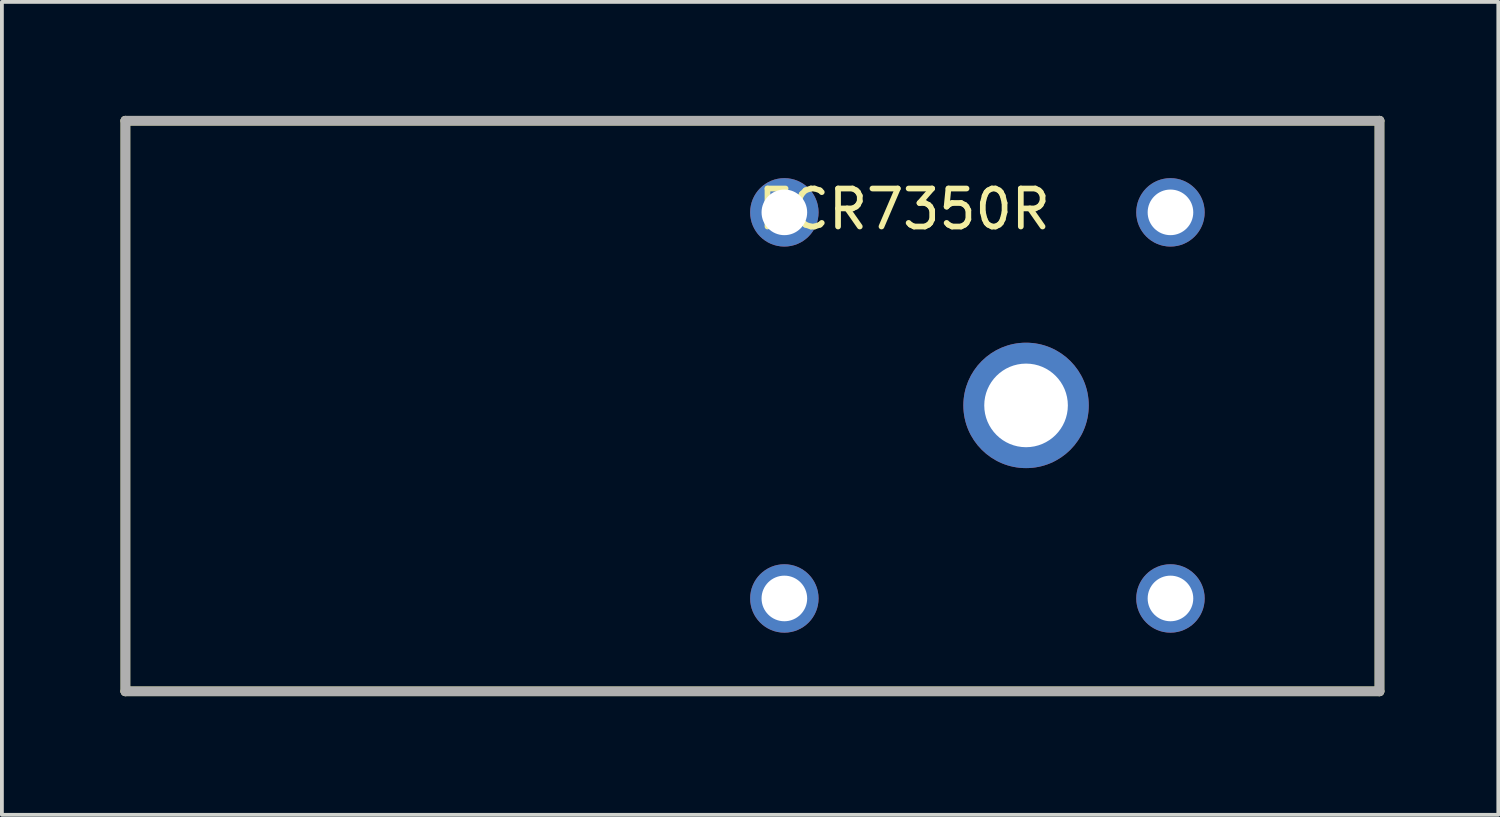
<source format=kicad_pcb>
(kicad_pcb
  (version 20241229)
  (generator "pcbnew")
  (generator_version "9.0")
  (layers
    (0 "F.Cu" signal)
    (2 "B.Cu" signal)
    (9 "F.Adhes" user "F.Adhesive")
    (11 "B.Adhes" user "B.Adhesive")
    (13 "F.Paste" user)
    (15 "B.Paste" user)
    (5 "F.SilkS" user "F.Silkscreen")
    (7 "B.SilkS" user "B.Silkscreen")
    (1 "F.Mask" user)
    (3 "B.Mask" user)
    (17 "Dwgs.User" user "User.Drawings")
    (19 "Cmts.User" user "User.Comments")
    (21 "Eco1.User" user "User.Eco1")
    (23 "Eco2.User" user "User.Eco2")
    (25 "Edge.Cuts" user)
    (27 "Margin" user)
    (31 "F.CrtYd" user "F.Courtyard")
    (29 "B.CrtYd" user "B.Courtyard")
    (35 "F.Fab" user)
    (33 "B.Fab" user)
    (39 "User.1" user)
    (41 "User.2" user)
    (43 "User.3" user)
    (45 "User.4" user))
  (footprint "FCR7350R"
    (layer "F.Cu")
    (at 0.25 15.142)
    (property "Reference" "FCR7350R" (at 20.491 -12.686 0) (layer "F.SilkS") (effects (font (size 1 1) (thickness 0.15))))
    (attr through_hole)
    (fp_line (start 0 -15.015) (end 33 -15.015) (stroke (width 0.254) (type solid)) (layer "F.SilkS"))
    (fp_line (start 0 0) (end 0 -15.015) (stroke (width 0.254) (type solid)) (layer "F.SilkS"))
    (fp_line (start 33 -15.015) (end 33 0) (stroke (width 0.254) (type solid)) (layer "F.SilkS"))
    (fp_line (start 33 0) (end 0 0) (stroke (width 0.254) (type solid)) (layer "F.SilkS"))
    (fp_line (start 0 -15.015) (end 33 -15.015) (stroke (width 0.254) (type solid)) (layer "F.Fab"))
    (fp_line (start 0 0) (end 0 -15.015) (stroke (width 0.254) (type solid)) (layer "F.Fab"))
    (fp_line (start 33 -15.015) (end 33 0) (stroke (width 0.254) (type solid)) (layer "F.Fab"))
    (fp_line (start 33 0) (end 0 0) (stroke (width 0.254) (type solid)) (layer "F.Fab"))
    (pad "1" thru_hole circle (at 17.34 -12.604) (size 1.8 1.8) (drill 1.2) (layers "*.Cu" "*.Mask"))
    (pad "2" thru_hole circle (at 27.5 -12.604) (size 1.8 1.8) (drill 1.2) (layers "*.Cu" "*.Mask"))
    (pad "3" thru_hole circle (at 17.34 -2.444) (size 1.8 1.8) (drill 1.2) (layers "*.Cu" "*.Mask"))
    (pad "4" thru_hole circle (at 27.5 -2.444) (size 1.8 1.8) (drill 1.2) (layers "*.Cu" "*.Mask"))
    (pad "5" thru_hole circle (at 23.7 -7.524) (size 3.3 3.3) (drill 2.2) (layers "*.Cu" "*.Mask")))
  (gr_rect
    (start -3 -3)
    (end 36.377 18.392)
    (stroke (width 0.1) (type default))
    (fill no)
    (layer "Edge.Cuts")))
</source>
